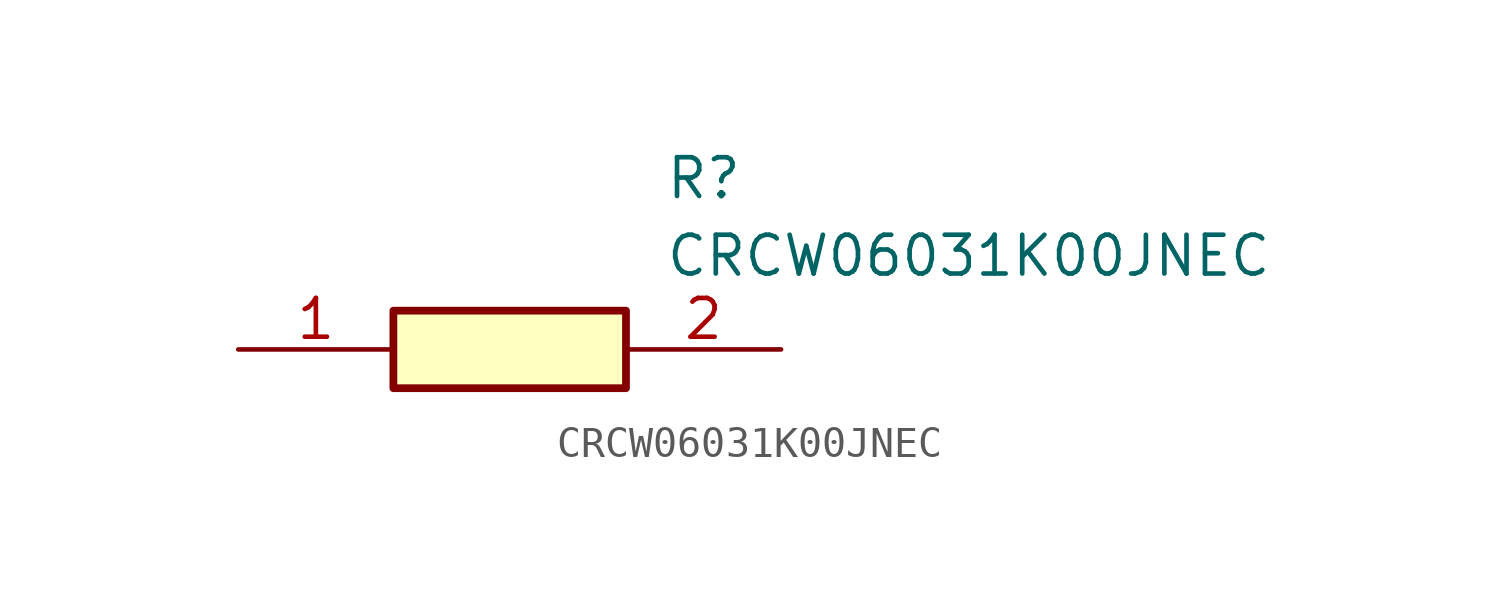
<source format=kicad_sym>
(kicad_symbol_lib
  (version 20211014)
  (generator SamacSys_ECAD_Model)
  (symbol "CRCW06031K00JNEC"
    (pin_names hide)
    (property "Reference" "R"
      (at 13.97 6.35 0)
      (effects (font (size 1.27 1.27)) (justify left top)))
    (property "Value" "CRCW06031K00JNEC"
      (at 13.97 3.81 0)
      (effects (font (size 1.27 1.27)) (justify left top)))
    (rectangle
      (start 5.08 1.27)
      (end 12.7 -1.27)
      (stroke (width 0.254) (type default))
      (fill (type background)))
    (pin passive line
      (at 0 0 0)
      (length 5.08)
      (name "1" (effects (font (size 1.27 1.27))))
      (number "1" (effects (font (size 1.27 1.27)))))
    (pin passive line
      (at 17.78 0 180)
      (length 5.08)
      (name "2" (effects (font (size 1.27 1.27))))
      (number "2" (effects (font (size 1.27 1.27)))))))
</source>
